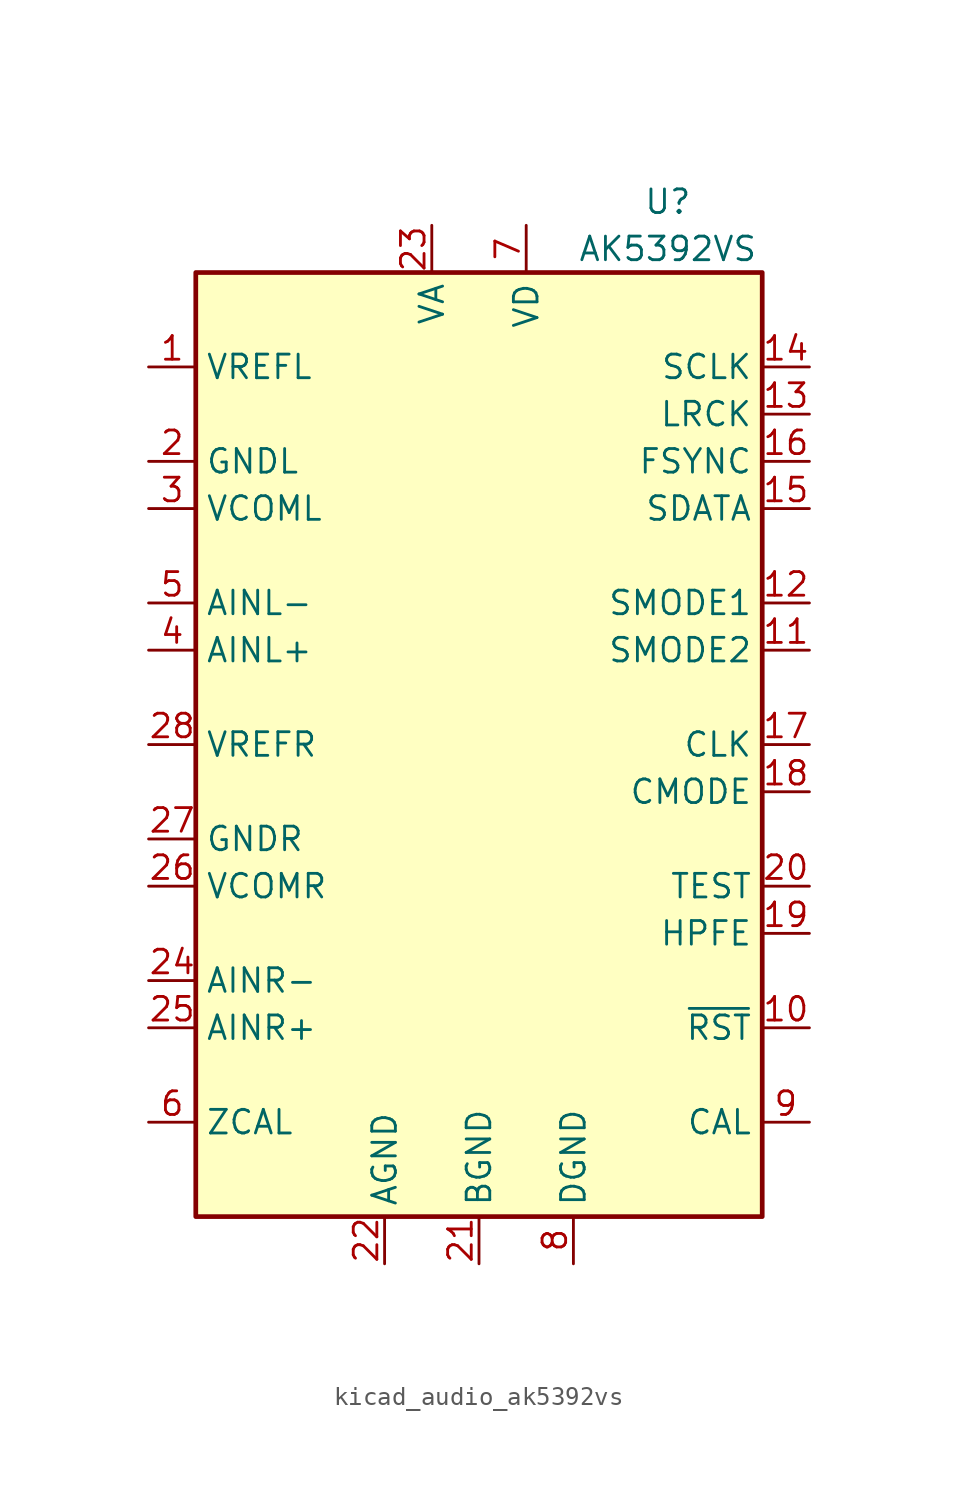
<source format=kicad_sym>
(kicad_symbol_lib
  (version 20220914)
  (generator kicad_symbol_editor)
  (symbol "kicad_audio_ak5392vs"
    (property "Reference" "U"
      (at 10.16 29.21 0)
      (effects (font (size 1.27 1.27))))
    (property "Value" "AK5392VS"
      (at 10.16 26.67 0)
      (effects (font (size 1.27 1.27))))
    (symbol "kicad_audio_ak5392vs_0_1"
      (rectangle (start -15.24 25.4) (end 15.24 -25.4) (stroke (width 0.254) (type default)) (fill (type background))))
    (symbol "kicad_audio_ak5392vs_1_1"
      (pin output line (at -17.78 20.32 0) (length 2.54) (name "VREFL" (effects (font (size 1.27 1.27)))) (number "1" (effects (font (size 1.27 1.27)))))
      (pin input line (at 17.78 -15.24 180) (length 2.54) (name "~{RST}" (effects (font (size 1.27 1.27)))) (number "10" (effects (font (size 1.27 1.27)))))
      (pin input line (at 17.78 5.08 180) (length 2.54) (name "SMODE2" (effects (font (size 1.27 1.27)))) (number "11" (effects (font (size 1.27 1.27)))))
      (pin input line (at 17.78 7.62 180) (length 2.54) (name "SMODE1" (effects (font (size 1.27 1.27)))) (number "12" (effects (font (size 1.27 1.27)))))
      (pin bidirectional line (at 17.78 17.78 180) (length 2.54) (name "LRCK" (effects (font (size 1.27 1.27)))) (number "13" (effects (font (size 1.27 1.27)))))
      (pin bidirectional line (at 17.78 20.32 180) (length 2.54) (name "SCLK" (effects (font (size 1.27 1.27)))) (number "14" (effects (font (size 1.27 1.27)))))
      (pin output line (at 17.78 12.7 180) (length 2.54) (name "SDATA" (effects (font (size 1.27 1.27)))) (number "15" (effects (font (size 1.27 1.27)))))
      (pin bidirectional line (at 17.78 15.24 180) (length 2.54) (name "FSYNC" (effects (font (size 1.27 1.27)))) (number "16" (effects (font (size 1.27 1.27)))))
      (pin input line (at 17.78 0 180) (length 2.54) (name "CLK" (effects (font (size 1.27 1.27)))) (number "17" (effects (font (size 1.27 1.27)))))
      (pin input line (at 17.78 -2.54 180) (length 2.54) (name "CMODE" (effects (font (size 1.27 1.27)))) (number "18" (effects (font (size 1.27 1.27)))))
      (pin input line (at 17.78 -10.16 180) (length 2.54) (name "HPFE" (effects (font (size 1.27 1.27)))) (number "19" (effects (font (size 1.27 1.27)))))
      (pin power_in line (at -17.78 15.24 0) (length 2.54) (name "GNDL" (effects (font (size 1.27 1.27)))) (number "2" (effects (font (size 1.27 1.27)))))
      (pin input line (at 17.78 -7.62 180) (length 2.54) (name "TEST" (effects (font (size 1.27 1.27)))) (number "20" (effects (font (size 1.27 1.27)))))
      (pin power_in line (at 0 -27.94 90) (length 2.54) (name "BGND" (effects (font (size 1.27 1.27)))) (number "21" (effects (font (size 1.27 1.27)))))
      (pin power_in line (at -5.08 -27.94 90) (length 2.54) (name "AGND" (effects (font (size 1.27 1.27)))) (number "22" (effects (font (size 1.27 1.27)))))
      (pin power_in line (at -2.54 27.94 270) (length 2.54) (name "VA" (effects (font (size 1.27 1.27)))) (number "23" (effects (font (size 1.27 1.27)))))
      (pin input line (at -17.78 -12.7 0) (length 2.54) (name "AINR-" (effects (font (size 1.27 1.27)))) (number "24" (effects (font (size 1.27 1.27)))))
      (pin input line (at -17.78 -15.24 0) (length 2.54) (name "AINR+" (effects (font (size 1.27 1.27)))) (number "25" (effects (font (size 1.27 1.27)))))
      (pin output line (at -17.78 -7.62 0) (length 2.54) (name "VCOMR" (effects (font (size 1.27 1.27)))) (number "26" (effects (font (size 1.27 1.27)))))
      (pin output line (at -17.78 -5.08 0) (length 2.54) (name "GNDR" (effects (font (size 1.27 1.27)))) (number "27" (effects (font (size 1.27 1.27)))))
      (pin output line (at -17.78 0 0) (length 2.54) (name "VREFR" (effects (font (size 1.27 1.27)))) (number "28" (effects (font (size 1.27 1.27)))))
      (pin output line (at -17.78 12.7 0) (length 2.54) (name "VCOML" (effects (font (size 1.27 1.27)))) (number "3" (effects (font (size 1.27 1.27)))))
      (pin input line (at -17.78 5.08 0) (length 2.54) (name "AINL+" (effects (font (size 1.27 1.27)))) (number "4" (effects (font (size 1.27 1.27)))))
      (pin input line (at -17.78 7.62 0) (length 2.54) (name "AINL-" (effects (font (size 1.27 1.27)))) (number "5" (effects (font (size 1.27 1.27)))))
      (pin input line (at -17.78 -20.32 0) (length 2.54) (name "ZCAL" (effects (font (size 1.27 1.27)))) (number "6" (effects (font (size 1.27 1.27)))))
      (pin power_in line (at 2.54 27.94 270) (length 2.54) (name "VD" (effects (font (size 1.27 1.27)))) (number "7" (effects (font (size 1.27 1.27)))))
      (pin power_in line (at 5.08 -27.94 90) (length 2.54) (name "DGND" (effects (font (size 1.27 1.27)))) (number "8" (effects (font (size 1.27 1.27)))))
      (pin output line (at 17.78 -20.32 180) (length 2.54) (name "CAL" (effects (font (size 1.27 1.27)))) (number "9" (effects (font (size 1.27 1.27))))))))
</source>
